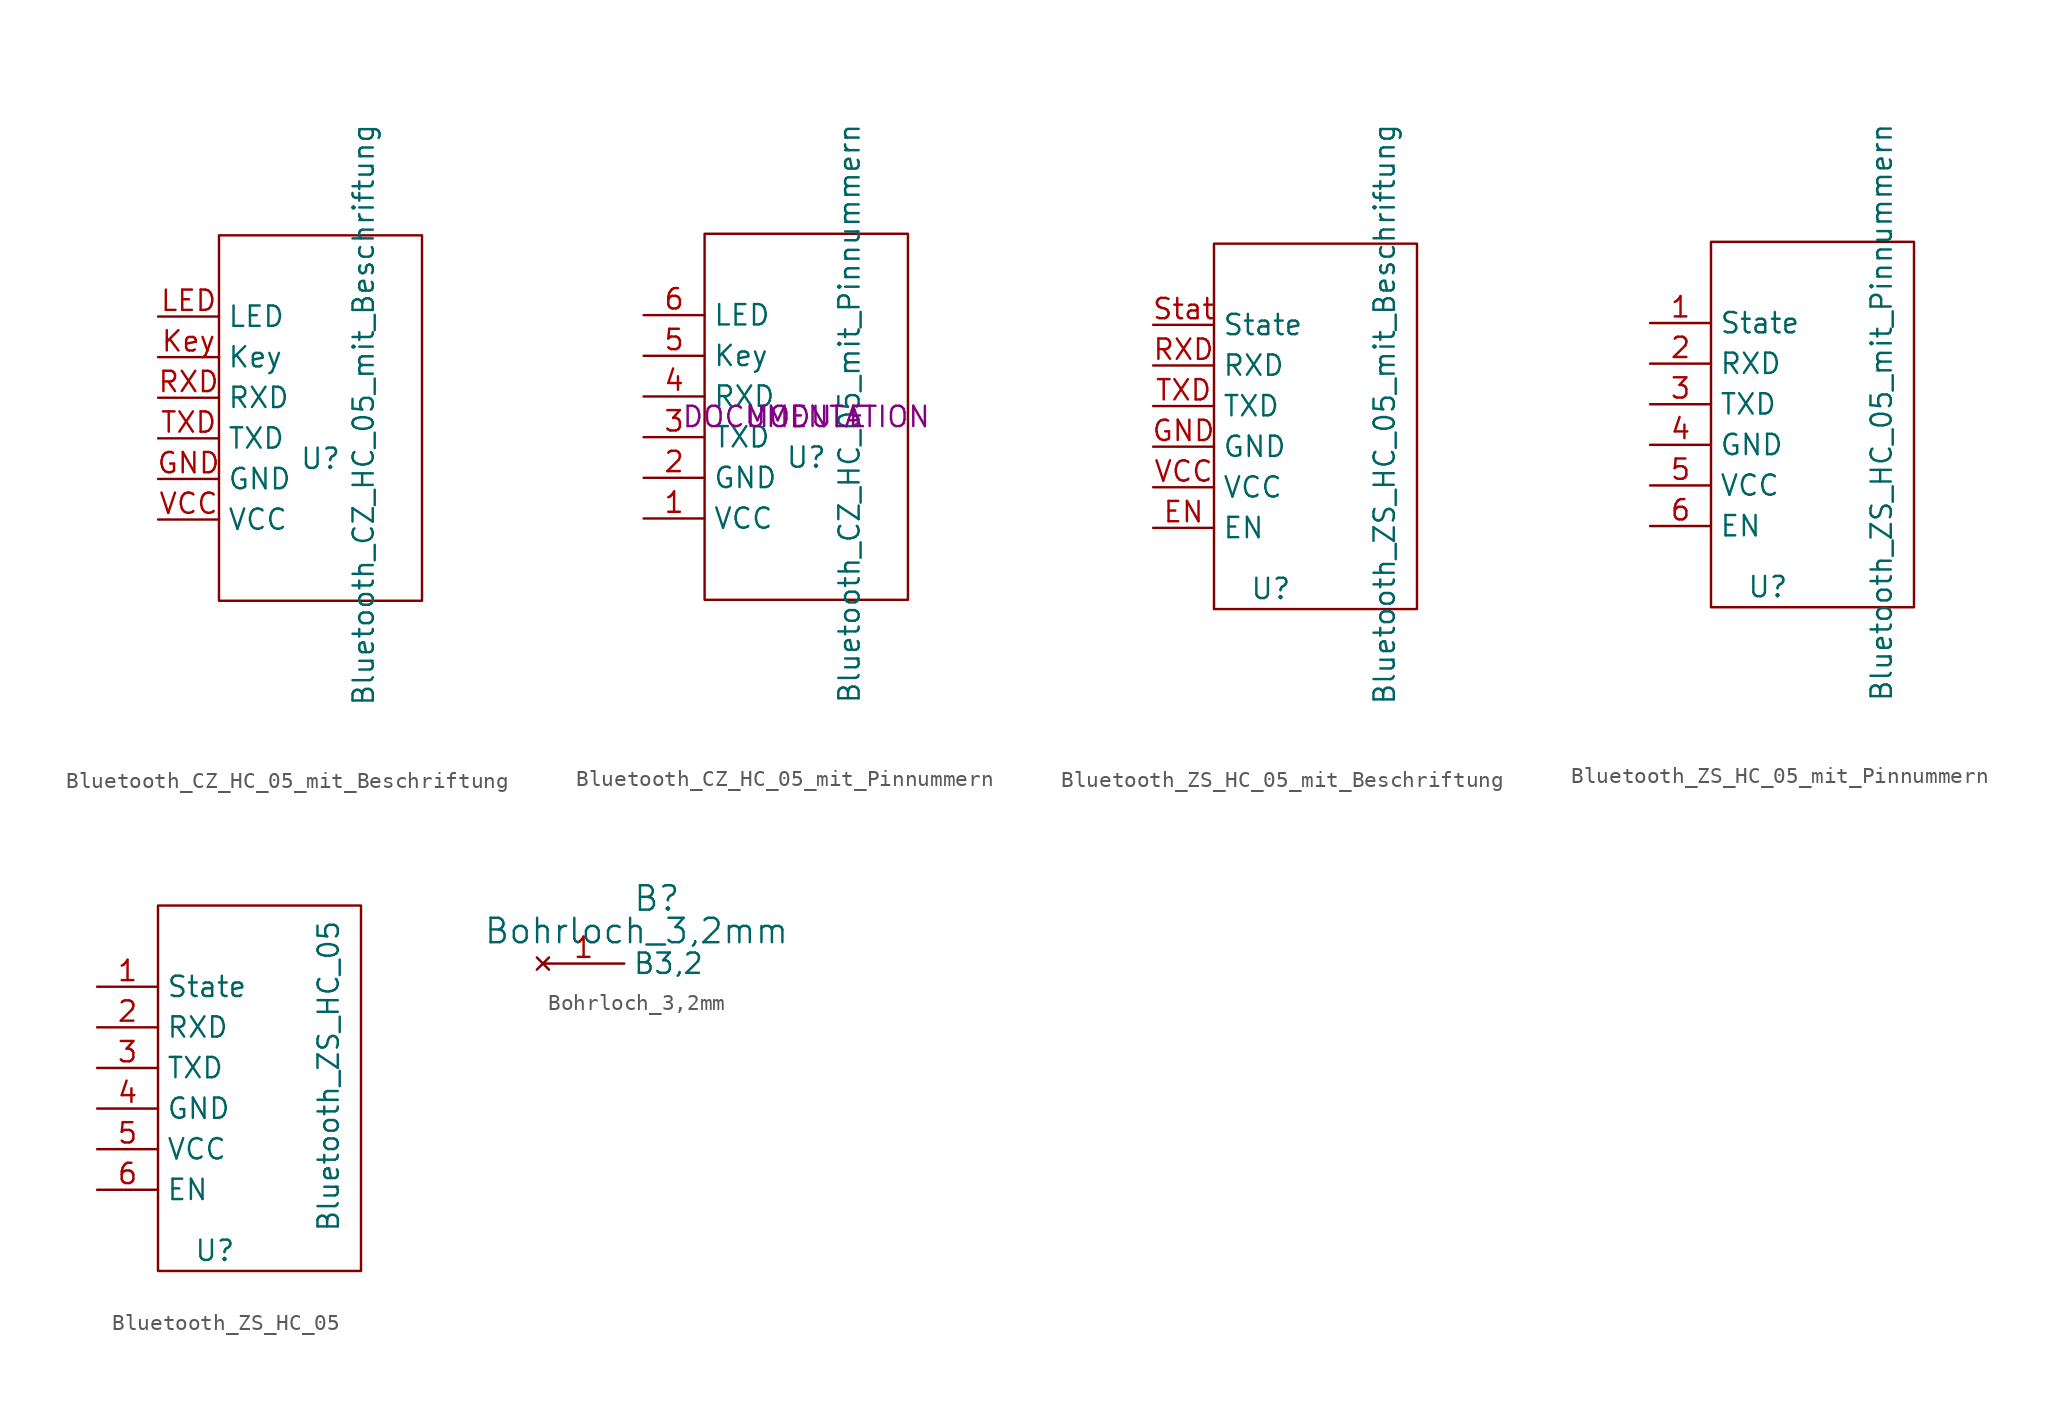
<source format=kicad_sym>
(kicad_symbol_lib
  (version 20220102)
  (generator kicad_symbol_editor)
  (symbol "Bluetooth_CZ_HC_05_mit_Beschriftung"
    (property "Reference" "U"
      (at 0 -2.54 0)
      (effects (font (size 1.27 1.27))))
    (property "Value" "Bluetooth_CZ_HC_05_mit_Beschriftung"
      (at 2.692 0.203 90)
      (effects (font (size 1.27 1.27))))
    (symbol "Bluetooth_CZ_HC_05_mit_Beschriftung_1_0"
      (rectangle (start -6.35 -11.43) (end 6.35 11.43) (stroke (width 0) (type default)) (fill (type none))))
    (symbol "Bluetooth_CZ_HC_05_mit_Beschriftung_1_1"
      (pin power_out line (at -10.16 -3.81 0) (length 3.81) (name "GND" (effects (font (size 1.27 1.27)))) (number "GND" (effects (font (size 1.27 1.27)))))
      (pin input line (at -10.16 3.81 0) (length 3.81) (name "Key" (effects (font (size 1.27 1.27)))) (number "Key" (effects (font (size 1.27 1.27)))))
      (pin output line (at -10.16 6.35 0) (length 3.81) (name "LED" (effects (font (size 1.27 1.27)))) (number "LED" (effects (font (size 1.27 1.27)))))
      (pin input line (at -10.16 1.27 0) (length 3.81) (name "RXD" (effects (font (size 1.27 1.27)))) (number "RXD" (effects (font (size 1.27 1.27)))))
      (pin output line (at -10.16 -1.27 0) (length 3.81) (name "TXD" (effects (font (size 1.27 1.27)))) (number "TXD" (effects (font (size 1.27 1.27)))))
      (pin power_in line (at -10.16 -6.35 0) (length 3.81) (name "VCC" (effects (font (size 1.27 1.27)))) (number "VCC" (effects (font (size 1.27 1.27)))))))
  (symbol "Bluetooth_CZ_HC_05_mit_Pinnummern"
    (property "Reference" "U"
      (at 0 -2.54 0)
      (effects (font (size 1.27 1.27))))
    (property "Value" "Bluetooth_CZ_HC_05_mit_Pinnummern"
      (at 2.692 0.203 90)
      (effects (font (size 1.27 1.27))))
    (property "Footprint" "MODULE"
      (at 0 0 0)
      (effects (font (size 1.27 1.27))))
    (property "Datasheet" "DOCUMENTATION"
      (at 0 0 0)
      (effects (font (size 1.27 1.27))))
    (symbol "Bluetooth_CZ_HC_05_mit_Pinnummern_1_0"
      (rectangle (start -6.35 -11.43) (end 6.35 11.43) (stroke (width 0) (type default)) (fill (type none))))
    (symbol "Bluetooth_CZ_HC_05_mit_Pinnummern_1_1"
      (pin power_in line (at -10.16 -6.35 0) (length 3.81) (name "VCC" (effects (font (size 1.27 1.27)))) (number "1" (effects (font (size 1.27 1.27)))))
      (pin power_out line (at -10.16 -3.81 0) (length 3.81) (name "GND" (effects (font (size 1.27 1.27)))) (number "2" (effects (font (size 1.27 1.27)))))
      (pin output line (at -10.16 -1.27 0) (length 3.81) (name "TXD" (effects (font (size 1.27 1.27)))) (number "3" (effects (font (size 1.27 1.27)))))
      (pin input line (at -10.16 1.27 0) (length 3.81) (name "RXD" (effects (font (size 1.27 1.27)))) (number "4" (effects (font (size 1.27 1.27)))))
      (pin input line (at -10.16 3.81 0) (length 3.81) (name "Key" (effects (font (size 1.27 1.27)))) (number "5" (effects (font (size 1.27 1.27)))))
      (pin output line (at -10.16 6.35 0) (length 3.81) (name "LED" (effects (font (size 1.27 1.27)))) (number "6" (effects (font (size 1.27 1.27)))))))
  (symbol "Bluetooth_ZS_HC_05_mit_Beschriftung"
    (property "Reference" "U"
      (at -2.794 -10.16 0)
      (effects (font (size 1.27 1.27))))
    (property "Value" "Bluetooth_ZS_HC_05_mit_Beschriftung"
      (at 4.318 0.762 90)
      (effects (font (size 1.27 1.27))))
    (symbol "Bluetooth_ZS_HC_05_mit_Beschriftung_1_0"
      (rectangle (start -6.35 -11.43) (end 6.35 11.43) (stroke (width 0) (type default)) (fill (type none))))
    (symbol "Bluetooth_ZS_HC_05_mit_Beschriftung_1_1"
      (pin input line (at -10.16 -6.35 0) (length 3.81) (name "EN" (effects (font (size 1.27 1.27)))) (number "EN" (effects (font (size 1.27 1.27)))))
      (pin power_out line (at -10.16 -1.27 0) (length 3.81) (name "GND" (effects (font (size 1.27 1.27)))) (number "GND" (effects (font (size 1.27 1.27)))))
      (pin input line (at -10.16 3.81 0) (length 3.81) (name "RXD" (effects (font (size 1.27 1.27)))) (number "RXD" (effects (font (size 1.27 1.27)))))
      (pin output line (at -10.16 6.35 0) (length 3.81) (name "State" (effects (font (size 1.27 1.27)))) (number "Stat" (effects (font (size 1.27 1.27)))))
      (pin output line (at -10.16 1.27 0) (length 3.81) (name "TXD" (effects (font (size 1.27 1.27)))) (number "TXD" (effects (font (size 1.27 1.27)))))
      (pin power_in line (at -10.16 -3.81 0) (length 3.81) (name "VCC" (effects (font (size 1.27 1.27)))) (number "VCC" (effects (font (size 1.27 1.27)))))))
  (symbol "Bluetooth_ZS_HC_05_mit_Pinnummern"
    (property "Reference" "U"
      (at -2.794 -10.16 0)
      (effects (font (size 1.27 1.27))))
    (property "Value" "Bluetooth_ZS_HC_05_mit_Pinnummern"
      (at 4.318 0.762 90)
      (effects (font (size 1.27 1.27))))
    (symbol "Bluetooth_ZS_HC_05_mit_Pinnummern_1_0"
      (rectangle (start -6.35 -11.43) (end 6.35 11.43) (stroke (width 0) (type default)) (fill (type none))))
    (symbol "Bluetooth_ZS_HC_05_mit_Pinnummern_1_1"
      (pin output line (at -10.16 6.35 0) (length 3.81) (name "State" (effects (font (size 1.27 1.27)))) (number "1" (effects (font (size 1.27 1.27)))))
      (pin input line (at -10.16 3.81 0) (length 3.81) (name "RXD" (effects (font (size 1.27 1.27)))) (number "2" (effects (font (size 1.27 1.27)))))
      (pin output line (at -10.16 1.27 0) (length 3.81) (name "TXD" (effects (font (size 1.27 1.27)))) (number "3" (effects (font (size 1.27 1.27)))))
      (pin power_out line (at -10.16 -1.27 0) (length 3.81) (name "GND" (effects (font (size 1.27 1.27)))) (number "4" (effects (font (size 1.27 1.27)))))
      (pin power_in line (at -10.16 -3.81 0) (length 3.81) (name "VCC" (effects (font (size 1.27 1.27)))) (number "5" (effects (font (size 1.27 1.27)))))
      (pin input line (at -10.16 -6.35 0) (length 3.81) (name "EN" (effects (font (size 1.27 1.27)))) (number "6" (effects (font (size 1.27 1.27)))))))
  (symbol "Bluetooth_ZS_HC_05"
    (property "Reference" "U"
      (at -2.794 -10.16 0)
      (effects (font (size 1.27 1.27))))
    (property "Value" "Bluetooth_ZS_HC_05"
      (at 4.318 0.762 90)
      (effects (font (size 1.27 1.27))))
    (symbol "Bluetooth_ZS_HC_05_1_0"
      (rectangle (start -6.35 -11.43) (end 6.35 11.43) (stroke (width 0) (type default)) (fill (type none))))
    (symbol "Bluetooth_ZS_HC_05_1_1"
      (pin output line (at -10.16 6.35 0) (length 3.81) (name "State" (effects (font (size 1.27 1.27)))) (number "1" (effects (font (size 1.27 1.27)))))
      (pin input line (at -10.16 3.81 0) (length 3.81) (name "RXD" (effects (font (size 1.27 1.27)))) (number "2" (effects (font (size 1.27 1.27)))))
      (pin output line (at -10.16 1.27 0) (length 3.81) (name "TXD" (effects (font (size 1.27 1.27)))) (number "3" (effects (font (size 1.27 1.27)))))
      (pin power_out line (at -10.16 -1.27 0) (length 3.81) (name "GND" (effects (font (size 1.27 1.27)))) (number "4" (effects (font (size 1.27 1.27)))))
      (pin power_in line (at -10.16 -3.81 0) (length 3.81) (name "VCC" (effects (font (size 1.27 1.27)))) (number "5" (effects (font (size 1.27 1.27)))))
      (pin input line (at -10.16 -6.35 0) (length 3.81) (name "EN" (effects (font (size 1.27 1.27)))) (number "6" (effects (font (size 1.27 1.27)))))))
  (symbol "Bohrloch_3,2mm"
    (property "Reference" "B"
      (at 7.112 4.064 0)
      (effects (font (size 1.524 1.524))))
    (property "Value" "Bohrloch_3,2mm"
      (at 5.842 2.032 0)
      (effects (font (size 1.524 1.524))))
    (property "Footprint" ""
      (at 0 0 0)
      (effects (font (size 1.524 1.524))))
    (property "Datasheet" ""
      (at 0 0 0)
      (effects (font (size 1.524 1.524))))
    (symbol "Bohrloch_3,2mm_1_1"
      (pin no_connect line (at 0 0 0) (length 5.08) (name "B3,2" (effects (font (size 1.27 1.27)))) (number "1" (effects (font (size 1.27 1.27))))))))
</source>
